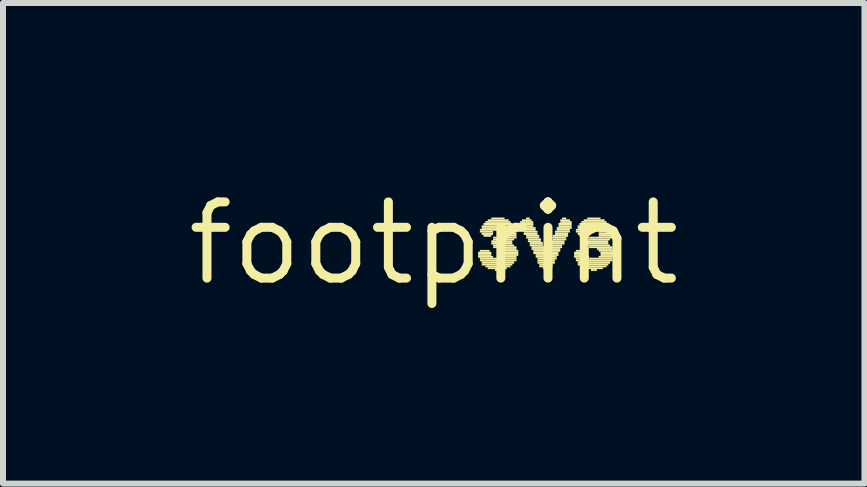
<source format=kicad_pcb>
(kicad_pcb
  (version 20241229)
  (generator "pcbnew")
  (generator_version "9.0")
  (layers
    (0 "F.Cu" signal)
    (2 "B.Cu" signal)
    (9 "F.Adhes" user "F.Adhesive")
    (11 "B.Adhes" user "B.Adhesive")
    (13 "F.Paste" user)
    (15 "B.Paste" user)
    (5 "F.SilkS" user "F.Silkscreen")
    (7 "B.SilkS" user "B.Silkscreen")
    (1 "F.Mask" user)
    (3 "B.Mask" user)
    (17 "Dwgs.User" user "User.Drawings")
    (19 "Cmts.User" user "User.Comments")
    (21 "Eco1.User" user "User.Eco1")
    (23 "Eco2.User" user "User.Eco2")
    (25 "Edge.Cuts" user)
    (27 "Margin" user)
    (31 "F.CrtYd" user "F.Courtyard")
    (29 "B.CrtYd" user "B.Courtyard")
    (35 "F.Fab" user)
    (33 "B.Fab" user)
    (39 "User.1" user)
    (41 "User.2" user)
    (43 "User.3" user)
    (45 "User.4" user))
  (footprint "footprint"
    (layer "F.Cu")
    (at 4.18 1.006)
    (property "Reference" "footprint" (at 0 0 0) (layer "F.SilkS") (effects (font (size 1.27 1.27) (thickness 0.15))))
    (fp_poly (pts (xy 0.74 0.18) (xy 0.96 0.18) (xy 0.96 0.14) (xy 0.74 0.14)) (stroke (width 0) (type solid)) (fill yes) (layer "F.SilkS"))
    (fp_poly (pts (xy 0.74 0.21) (xy 0.96 0.21) (xy 0.96 0.18) (xy 0.74 0.18)) (stroke (width 0) (type solid)) (fill yes) (layer "F.SilkS"))
    (fp_poly (pts (xy 0.74 0.24) (xy 0.99 0.24) (xy 0.99 0.21) (xy 0.74 0.21)) (stroke (width 0) (type solid)) (fill yes) (layer "F.SilkS"))
    (fp_poly (pts (xy 0.77 -0.21) (xy 1.38 -0.21) (xy 1.38 -0.24) (xy 0.77 -0.24)) (stroke (width 0) (type solid)) (fill yes) (layer "F.SilkS"))
    (fp_poly (pts (xy 0.77 -0.18) (xy 0.99 -0.18) (xy 0.99 -0.21) (xy 0.77 -0.21)) (stroke (width 0) (type solid)) (fill yes) (layer "F.SilkS"))
    (fp_poly (pts (xy 0.77 0.14) (xy 0.93 0.14) (xy 0.93 0.11) (xy 0.77 0.11)) (stroke (width 0) (type solid)) (fill yes) (layer "F.SilkS"))
    (fp_poly (pts (xy 0.77 0.27) (xy 1.38 0.27) (xy 1.38 0.24) (xy 0.77 0.24)) (stroke (width 0) (type solid)) (fill yes) (layer "F.SilkS"))
    (fp_poly (pts (xy 0.77 0.3) (xy 1.38 0.3) (xy 1.38 0.27) (xy 0.77 0.27)) (stroke (width 0) (type solid)) (fill yes) (layer "F.SilkS"))
    (fp_poly (pts (xy 0.8 -0.27) (xy 1.34 -0.27) (xy 1.34 -0.3) (xy 0.8 -0.3)) (stroke (width 0) (type solid)) (fill yes) (layer "F.SilkS"))
    (fp_poly (pts (xy 0.8 -0.24) (xy 1.34 -0.24) (xy 1.34 -0.27) (xy 0.8 -0.27)) (stroke (width 0) (type solid)) (fill yes) (layer "F.SilkS"))
    (fp_poly (pts (xy 0.8 -0.14) (xy 0.99 -0.14) (xy 0.99 -0.18) (xy 0.8 -0.18)) (stroke (width 0) (type solid)) (fill yes) (layer "F.SilkS"))
    (fp_poly (pts (xy 0.8 0.34) (xy 1.34 0.34) (xy 1.34 0.3) (xy 0.8 0.3)) (stroke (width 0) (type solid)) (fill yes) (layer "F.SilkS"))
    (fp_poly (pts (xy 0.8 0.37) (xy 1.31 0.37) (xy 1.31 0.34) (xy 0.8 0.34)) (stroke (width 0) (type solid)) (fill yes) (layer "F.SilkS"))
    (fp_poly (pts (xy 0.83 -0.3) (xy 1.31 -0.3) (xy 1.31 -0.34) (xy 0.83 -0.34)) (stroke (width 0) (type solid)) (fill yes) (layer "F.SilkS"))
    (fp_poly (pts (xy 0.83 -0.11) (xy 0.96 -0.11) (xy 0.96 -0.14) (xy 0.83 -0.14)) (stroke (width 0) (type solid)) (fill yes) (layer "F.SilkS"))
    (fp_poly (pts (xy 0.86 -0.34) (xy 1.28 -0.34) (xy 1.28 -0.37) (xy 0.86 -0.37)) (stroke (width 0) (type solid)) (fill yes) (layer "F.SilkS"))
    (fp_poly (pts (xy 0.86 0.4) (xy 1.28 0.4) (xy 1.28 0.37) (xy 0.86 0.37)) (stroke (width 0) (type solid)) (fill yes) (layer "F.SilkS"))
    (fp_poly (pts (xy 0.9 -0.37) (xy 1.25 -0.37) (xy 1.25 -0.4) (xy 0.9 -0.4)) (stroke (width 0) (type solid)) (fill yes) (layer "F.SilkS"))
    (fp_poly (pts (xy 0.9 0.43) (xy 1.22 0.43) (xy 1.22 0.4) (xy 0.9 0.4)) (stroke (width 0) (type solid)) (fill yes) (layer "F.SilkS"))
    (fp_poly (pts (xy 0.96 -0.4) (xy 1.18 -0.4) (xy 1.18 -0.43) (xy 0.96 -0.43)) (stroke (width 0) (type solid)) (fill yes) (layer "F.SilkS"))
    (fp_poly (pts (xy 0.96 -0.02) (xy 1.31 -0.02) (xy 1.31 -0.05) (xy 0.96 -0.05)) (stroke (width 0) (type solid)) (fill yes) (layer "F.SilkS"))
    (fp_poly (pts (xy 0.96 0.02) (xy 1.31 0.02) (xy 1.31 -0.02) (xy 0.96 -0.02)) (stroke (width 0) (type solid)) (fill yes) (layer "F.SilkS"))
    (fp_poly (pts (xy 0.99 -0.08) (xy 1.38 -0.08) (xy 1.38 -0.11) (xy 0.99 -0.11)) (stroke (width 0) (type solid)) (fill yes) (layer "F.SilkS"))
    (fp_poly (pts (xy 0.99 -0.05) (xy 1.34 -0.05) (xy 1.34 -0.08) (xy 0.99 -0.08)) (stroke (width 0) (type solid)) (fill yes) (layer "F.SilkS"))
    (fp_poly (pts (xy 0.99 0.05) (xy 1.34 0.05) (xy 1.34 0.02) (xy 0.99 0.02)) (stroke (width 0) (type solid)) (fill yes) (layer "F.SilkS"))
    (fp_poly (pts (xy 0.99 0.08) (xy 1.38 0.08) (xy 1.38 0.05) (xy 0.99 0.05)) (stroke (width 0) (type solid)) (fill yes) (layer "F.SilkS"))
    (fp_poly (pts (xy 1.02 0.46) (xy 1.12 0.46) (xy 1.12 0.43) (xy 1.02 0.43)) (stroke (width 0) (type solid)) (fill yes) (layer "F.SilkS"))
    (fp_poly (pts (xy 1.12 0.11) (xy 1.38 0.11) (xy 1.38 0.08) (xy 1.12 0.08)) (stroke (width 0) (type solid)) (fill yes) (layer "F.SilkS"))
    (fp_poly (pts (xy 1.15 -0.18) (xy 1.38 -0.18) (xy 1.38 -0.21) (xy 1.15 -0.21)) (stroke (width 0) (type solid)) (fill yes) (layer "F.SilkS"))
    (fp_poly (pts (xy 1.15 -0.14) (xy 1.38 -0.14) (xy 1.38 -0.18) (xy 1.15 -0.18)) (stroke (width 0) (type solid)) (fill yes) (layer "F.SilkS"))
    (fp_poly (pts (xy 1.15 -0.11) (xy 1.38 -0.11) (xy 1.38 -0.14) (xy 1.15 -0.14)) (stroke (width 0) (type solid)) (fill yes) (layer "F.SilkS"))
    (fp_poly (pts (xy 1.15 0.14) (xy 1.41 0.14) (xy 1.41 0.11) (xy 1.15 0.11)) (stroke (width 0) (type solid)) (fill yes) (layer "F.SilkS"))
    (fp_poly (pts (xy 1.15 0.24) (xy 1.38 0.24) (xy 1.38 0.21) (xy 1.15 0.21)) (stroke (width 0) (type solid)) (fill yes) (layer "F.SilkS"))
    (fp_poly (pts (xy 1.18 0.18) (xy 1.41 0.18) (xy 1.41 0.14) (xy 1.18 0.14)) (stroke (width 0) (type solid)) (fill yes) (layer "F.SilkS"))
    (fp_poly (pts (xy 1.18 0.21) (xy 1.41 0.21) (xy 1.41 0.18) (xy 1.18 0.18)) (stroke (width 0) (type solid)) (fill yes) (layer "F.SilkS"))
    (fp_poly (pts (xy 1.44 -0.34) (xy 1.66 -0.34) (xy 1.66 -0.37) (xy 1.44 -0.37)) (stroke (width 0) (type solid)) (fill yes) (layer "F.SilkS"))
    (fp_poly (pts (xy 1.44 -0.3) (xy 1.66 -0.3) (xy 1.66 -0.34) (xy 1.44 -0.34)) (stroke (width 0) (type solid)) (fill yes) (layer "F.SilkS"))
    (fp_poly (pts (xy 1.44 -0.27) (xy 1.66 -0.27) (xy 1.66 -0.3) (xy 1.44 -0.3)) (stroke (width 0) (type solid)) (fill yes) (layer "F.SilkS"))
    (fp_poly (pts (xy 1.47 -0.37) (xy 1.63 -0.37) (xy 1.63 -0.4) (xy 1.47 -0.4)) (stroke (width 0) (type solid)) (fill yes) (layer "F.SilkS"))
    (fp_poly (pts (xy 1.47 -0.24) (xy 1.7 -0.24) (xy 1.7 -0.27) (xy 1.47 -0.27)) (stroke (width 0) (type solid)) (fill yes) (layer "F.SilkS"))
    (fp_poly (pts (xy 1.47 -0.21) (xy 1.7 -0.21) (xy 1.7 -0.24) (xy 1.47 -0.24)) (stroke (width 0) (type solid)) (fill yes) (layer "F.SilkS"))
    (fp_poly (pts (xy 1.5 -0.18) (xy 1.73 -0.18) (xy 1.73 -0.21) (xy 1.5 -0.21)) (stroke (width 0) (type solid)) (fill yes) (layer "F.SilkS"))
    (fp_poly (pts (xy 1.5 -0.14) (xy 1.73 -0.14) (xy 1.73 -0.18) (xy 1.5 -0.18)) (stroke (width 0) (type solid)) (fill yes) (layer "F.SilkS"))
    (fp_poly (pts (xy 1.54 -0.4) (xy 1.6 -0.4) (xy 1.6 -0.43) (xy 1.54 -0.43)) (stroke (width 0) (type solid)) (fill yes) (layer "F.SilkS"))
    (fp_poly (pts (xy 1.54 -0.11) (xy 1.76 -0.11) (xy 1.76 -0.14) (xy 1.54 -0.14)) (stroke (width 0) (type solid)) (fill yes) (layer "F.SilkS"))
    (fp_poly (pts (xy 1.54 -0.08) (xy 1.76 -0.08) (xy 1.76 -0.11) (xy 1.54 -0.11)) (stroke (width 0) (type solid)) (fill yes) (layer "F.SilkS"))
    (fp_poly (pts (xy 1.57 -0.05) (xy 1.79 -0.05) (xy 1.79 -0.08) (xy 1.57 -0.08)) (stroke (width 0) (type solid)) (fill yes) (layer "F.SilkS"))
    (fp_poly (pts (xy 1.57 -0.02) (xy 1.79 -0.02) (xy 1.79 -0.05) (xy 1.57 -0.05)) (stroke (width 0) (type solid)) (fill yes) (layer "F.SilkS"))
    (fp_poly (pts (xy 1.6 0.02) (xy 1.82 0.02) (xy 1.82 -0.02) (xy 1.6 -0.02)) (stroke (width 0) (type solid)) (fill yes) (layer "F.SilkS"))
    (fp_poly (pts (xy 1.6 0.05) (xy 1.82 0.05) (xy 1.82 0.02) (xy 1.6 0.02)) (stroke (width 0) (type solid)) (fill yes) (layer "F.SilkS"))
    (fp_poly (pts (xy 1.63 0.08) (xy 1.86 0.08) (xy 1.86 0.05) (xy 1.63 0.05)) (stroke (width 0) (type solid)) (fill yes) (layer "F.SilkS"))
    (fp_poly (pts (xy 1.63 0.11) (xy 1.86 0.11) (xy 1.86 0.08) (xy 1.63 0.08)) (stroke (width 0) (type solid)) (fill yes) (layer "F.SilkS"))
    (fp_poly (pts (xy 1.66 0.14) (xy 2.11 0.14) (xy 2.11 0.11) (xy 1.66 0.11)) (stroke (width 0) (type solid)) (fill yes) (layer "F.SilkS"))
    (fp_poly (pts (xy 1.66 0.18) (xy 2.08 0.18) (xy 2.08 0.14) (xy 1.66 0.14)) (stroke (width 0) (type solid)) (fill yes) (layer "F.SilkS"))
    (fp_poly (pts (xy 1.7 0.21) (xy 2.08 0.21) (xy 2.08 0.18) (xy 1.7 0.18)) (stroke (width 0) (type solid)) (fill yes) (layer "F.SilkS"))
    (fp_poly (pts (xy 1.7 0.24) (xy 2.05 0.24) (xy 2.05 0.21) (xy 1.7 0.21)) (stroke (width 0) (type solid)) (fill yes) (layer "F.SilkS"))
    (fp_poly (pts (xy 1.73 0.27) (xy 2.05 0.27) (xy 2.05 0.24) (xy 1.73 0.24)) (stroke (width 0) (type solid)) (fill yes) (layer "F.SilkS"))
    (fp_poly (pts (xy 1.73 0.3) (xy 2.02 0.3) (xy 2.02 0.27) (xy 1.73 0.27)) (stroke (width 0) (type solid)) (fill yes) (layer "F.SilkS"))
    (fp_poly (pts (xy 1.73 0.34) (xy 2.02 0.34) (xy 2.02 0.3) (xy 1.73 0.3)) (stroke (width 0) (type solid)) (fill yes) (layer "F.SilkS"))
    (fp_poly (pts (xy 1.76 0.37) (xy 1.98 0.37) (xy 1.98 0.34) (xy 1.76 0.34)) (stroke (width 0) (type solid)) (fill yes) (layer "F.SilkS"))
    (fp_poly (pts (xy 1.76 0.4) (xy 1.98 0.4) (xy 1.98 0.37) (xy 1.76 0.37)) (stroke (width 0) (type solid)) (fill yes) (layer "F.SilkS"))
    (fp_poly (pts (xy 1.82 0.43) (xy 1.95 0.43) (xy 1.95 0.4) (xy 1.82 0.4)) (stroke (width 0) (type solid)) (fill yes) (layer "F.SilkS"))
    (fp_poly (pts (xy 1.89 0.11) (xy 2.11 0.11) (xy 2.11 0.08) (xy 1.89 0.08)) (stroke (width 0) (type solid)) (fill yes) (layer "F.SilkS"))
    (fp_poly (pts (xy 1.92 0.05) (xy 2.14 0.05) (xy 2.14 0.02) (xy 1.92 0.02)) (stroke (width 0) (type solid)) (fill yes) (layer "F.SilkS"))
    (fp_poly (pts (xy 1.92 0.08) (xy 2.14 0.08) (xy 2.14 0.05) (xy 1.92 0.05)) (stroke (width 0) (type solid)) (fill yes) (layer "F.SilkS"))
    (fp_poly (pts (xy 1.95 -0.02) (xy 2.18 -0.02) (xy 2.18 -0.05) (xy 1.95 -0.05)) (stroke (width 0) (type solid)) (fill yes) (layer "F.SilkS"))
    (fp_poly (pts (xy 1.95 0.02) (xy 2.18 0.02) (xy 2.18 -0.02) (xy 1.95 -0.02)) (stroke (width 0) (type solid)) (fill yes) (layer "F.SilkS"))
    (fp_poly (pts (xy 1.98 -0.11) (xy 2.24 -0.11) (xy 2.24 -0.14) (xy 1.98 -0.14)) (stroke (width 0) (type solid)) (fill yes) (layer "F.SilkS"))
    (fp_poly (pts (xy 1.98 -0.08) (xy 2.21 -0.08) (xy 2.21 -0.11) (xy 1.98 -0.11)) (stroke (width 0) (type solid)) (fill yes) (layer "F.SilkS"))
    (fp_poly (pts (xy 1.98 -0.05) (xy 2.21 -0.05) (xy 2.21 -0.08) (xy 1.98 -0.08)) (stroke (width 0) (type solid)) (fill yes) (layer "F.SilkS"))
    (fp_poly (pts (xy 2.02 -0.18) (xy 2.27 -0.18) (xy 2.27 -0.21) (xy 2.02 -0.21)) (stroke (width 0) (type solid)) (fill yes) (layer "F.SilkS"))
    (fp_poly (pts (xy 2.02 -0.14) (xy 2.24 -0.14) (xy 2.24 -0.18) (xy 2.02 -0.18)) (stroke (width 0) (type solid)) (fill yes) (layer "F.SilkS"))
    (fp_poly (pts (xy 2.05 -0.24) (xy 2.3 -0.24) (xy 2.3 -0.27) (xy 2.05 -0.27)) (stroke (width 0) (type solid)) (fill yes) (layer "F.SilkS"))
    (fp_poly (pts (xy 2.05 -0.21) (xy 2.27 -0.21) (xy 2.27 -0.24) (xy 2.05 -0.24)) (stroke (width 0) (type solid)) (fill yes) (layer "F.SilkS"))
    (fp_poly (pts (xy 2.08 -0.3) (xy 2.3 -0.3) (xy 2.3 -0.34) (xy 2.08 -0.34)) (stroke (width 0) (type solid)) (fill yes) (layer "F.SilkS"))
    (fp_poly (pts (xy 2.08 -0.27) (xy 2.3 -0.27) (xy 2.3 -0.3) (xy 2.08 -0.3)) (stroke (width 0) (type solid)) (fill yes) (layer "F.SilkS"))
    (fp_poly (pts (xy 2.11 -0.37) (xy 2.27 -0.37) (xy 2.27 -0.4) (xy 2.11 -0.4)) (stroke (width 0) (type solid)) (fill yes) (layer "F.SilkS"))
    (fp_poly (pts (xy 2.11 -0.34) (xy 2.3 -0.34) (xy 2.3 -0.37) (xy 2.11 -0.37)) (stroke (width 0) (type solid)) (fill yes) (layer "F.SilkS"))
    (fp_poly (pts (xy 2.14 -0.4) (xy 2.21 -0.4) (xy 2.21 -0.43) (xy 2.14 -0.43)) (stroke (width 0) (type solid)) (fill yes) (layer "F.SilkS"))
    (fp_poly (pts (xy 2.34 0.18) (xy 2.56 0.18) (xy 2.56 0.14) (xy 2.34 0.14)) (stroke (width 0) (type solid)) (fill yes) (layer "F.SilkS"))
    (fp_poly (pts (xy 2.34 0.21) (xy 2.56 0.21) (xy 2.56 0.18) (xy 2.34 0.18)) (stroke (width 0) (type solid)) (fill yes) (layer "F.SilkS"))
    (fp_poly (pts (xy 2.34 0.24) (xy 2.59 0.24) (xy 2.59 0.21) (xy 2.34 0.21)) (stroke (width 0) (type solid)) (fill yes) (layer "F.SilkS"))
    (fp_poly (pts (xy 2.37 -0.21) (xy 2.98 -0.21) (xy 2.98 -0.24) (xy 2.37 -0.24)) (stroke (width 0) (type solid)) (fill yes) (layer "F.SilkS"))
    (fp_poly (pts (xy 2.37 -0.18) (xy 2.59 -0.18) (xy 2.59 -0.21) (xy 2.37 -0.21)) (stroke (width 0) (type solid)) (fill yes) (layer "F.SilkS"))
    (fp_poly (pts (xy 2.37 0.14) (xy 2.53 0.14) (xy 2.53 0.11) (xy 2.37 0.11)) (stroke (width 0) (type solid)) (fill yes) (layer "F.SilkS"))
    (fp_poly (pts (xy 2.37 0.27) (xy 2.98 0.27) (xy 2.98 0.24) (xy 2.37 0.24)) (stroke (width 0) (type solid)) (fill yes) (layer "F.SilkS"))
    (fp_poly (pts (xy 2.37 0.3) (xy 2.98 0.3) (xy 2.98 0.27) (xy 2.37 0.27)) (stroke (width 0) (type solid)) (fill yes) (layer "F.SilkS"))
    (fp_poly (pts (xy 2.4 -0.27) (xy 2.94 -0.27) (xy 2.94 -0.3) (xy 2.4 -0.3)) (stroke (width 0) (type solid)) (fill yes) (layer "F.SilkS"))
    (fp_poly (pts (xy 2.4 -0.24) (xy 2.94 -0.24) (xy 2.94 -0.27) (xy 2.4 -0.27)) (stroke (width 0) (type solid)) (fill yes) (layer "F.SilkS"))
    (fp_poly (pts (xy 2.4 -0.14) (xy 2.59 -0.14) (xy 2.59 -0.18) (xy 2.4 -0.18)) (stroke (width 0) (type solid)) (fill yes) (layer "F.SilkS"))
    (fp_poly (pts (xy 2.4 0.34) (xy 2.94 0.34) (xy 2.94 0.3) (xy 2.4 0.3)) (stroke (width 0) (type solid)) (fill yes) (layer "F.SilkS"))
    (fp_poly (pts (xy 2.4 0.37) (xy 2.91 0.37) (xy 2.91 0.34) (xy 2.4 0.34)) (stroke (width 0) (type solid)) (fill yes) (layer "F.SilkS"))
    (fp_poly (pts (xy 2.43 -0.3) (xy 2.91 -0.3) (xy 2.91 -0.34) (xy 2.43 -0.34)) (stroke (width 0) (type solid)) (fill yes) (layer "F.SilkS"))
    (fp_poly (pts (xy 2.43 -0.11) (xy 2.56 -0.11) (xy 2.56 -0.14) (xy 2.43 -0.14)) (stroke (width 0) (type solid)) (fill yes) (layer "F.SilkS"))
    (fp_poly (pts (xy 2.46 -0.34) (xy 2.88 -0.34) (xy 2.88 -0.37) (xy 2.46 -0.37)) (stroke (width 0) (type solid)) (fill yes) (layer "F.SilkS"))
    (fp_poly (pts (xy 2.46 0.4) (xy 2.88 0.4) (xy 2.88 0.37) (xy 2.46 0.37)) (stroke (width 0) (type solid)) (fill yes) (layer "F.SilkS"))
    (fp_poly (pts (xy 2.5 -0.37) (xy 2.85 -0.37) (xy 2.85 -0.4) (xy 2.5 -0.4)) (stroke (width 0) (type solid)) (fill yes) (layer "F.SilkS"))
    (fp_poly (pts (xy 2.5 0.43) (xy 2.82 0.43) (xy 2.82 0.4) (xy 2.5 0.4)) (stroke (width 0) (type solid)) (fill yes) (layer "F.SilkS"))
    (fp_poly (pts (xy 2.56 -0.4) (xy 2.78 -0.4) (xy 2.78 -0.43) (xy 2.56 -0.43)) (stroke (width 0) (type solid)) (fill yes) (layer "F.SilkS"))
    (fp_poly (pts (xy 2.56 -0.02) (xy 2.91 -0.02) (xy 2.91 -0.05) (xy 2.56 -0.05)) (stroke (width 0) (type solid)) (fill yes) (layer "F.SilkS"))
    (fp_poly (pts (xy 2.56 0.02) (xy 2.91 0.02) (xy 2.91 -0.02) (xy 2.56 -0.02)) (stroke (width 0) (type solid)) (fill yes) (layer "F.SilkS"))
    (fp_poly (pts (xy 2.59 -0.08) (xy 2.98 -0.08) (xy 2.98 -0.11) (xy 2.59 -0.11)) (stroke (width 0) (type solid)) (fill yes) (layer "F.SilkS"))
    (fp_poly (pts (xy 2.59 -0.05) (xy 2.94 -0.05) (xy 2.94 -0.08) (xy 2.59 -0.08)) (stroke (width 0) (type solid)) (fill yes) (layer "F.SilkS"))
    (fp_poly (pts (xy 2.59 0.05) (xy 2.94 0.05) (xy 2.94 0.02) (xy 2.59 0.02)) (stroke (width 0) (type solid)) (fill yes) (layer "F.SilkS"))
    (fp_poly (pts (xy 2.59 0.08) (xy 2.98 0.08) (xy 2.98 0.05) (xy 2.59 0.05)) (stroke (width 0) (type solid)) (fill yes) (layer "F.SilkS"))
    (fp_poly (pts (xy 2.62 0.46) (xy 2.72 0.46) (xy 2.72 0.43) (xy 2.62 0.43)) (stroke (width 0) (type solid)) (fill yes) (layer "F.SilkS"))
    (fp_poly (pts (xy 2.72 0.11) (xy 2.98 0.11) (xy 2.98 0.08) (xy 2.72 0.08)) (stroke (width 0) (type solid)) (fill yes) (layer "F.SilkS"))
    (fp_poly (pts (xy 2.75 -0.18) (xy 2.98 -0.18) (xy 2.98 -0.21) (xy 2.75 -0.21)) (stroke (width 0) (type solid)) (fill yes) (layer "F.SilkS"))
    (fp_poly (pts (xy 2.75 -0.14) (xy 2.98 -0.14) (xy 2.98 -0.18) (xy 2.75 -0.18)) (stroke (width 0) (type solid)) (fill yes) (layer "F.SilkS"))
    (fp_poly (pts (xy 2.75 -0.11) (xy 2.98 -0.11) (xy 2.98 -0.14) (xy 2.75 -0.14)) (stroke (width 0) (type solid)) (fill yes) (layer "F.SilkS"))
    (fp_poly (pts (xy 2.75 0.14) (xy 3.01 0.14) (xy 3.01 0.11) (xy 2.75 0.11)) (stroke (width 0) (type solid)) (fill yes) (layer "F.SilkS"))
    (fp_poly (pts (xy 2.75 0.24) (xy 2.98 0.24) (xy 2.98 0.21) (xy 2.75 0.21)) (stroke (width 0) (type solid)) (fill yes) (layer "F.SilkS"))
    (fp_poly (pts (xy 2.78 0.18) (xy 3.01 0.18) (xy 3.01 0.14) (xy 2.78 0.14)) (stroke (width 0) (type solid)) (fill yes) (layer "F.SilkS"))
    (fp_poly (pts (xy 2.78 0.21) (xy 3.01 0.21) (xy 3.01 0.18) (xy 2.78 0.18)) (stroke (width 0) (type solid)) (fill yes) (layer "F.SilkS")))
  (gr_rect
    (start -3 -3)
    (end 11.36 5.012)
    (stroke (width 0.1) (type default))
    (fill no)
    (layer "Edge.Cuts")))
</source>
